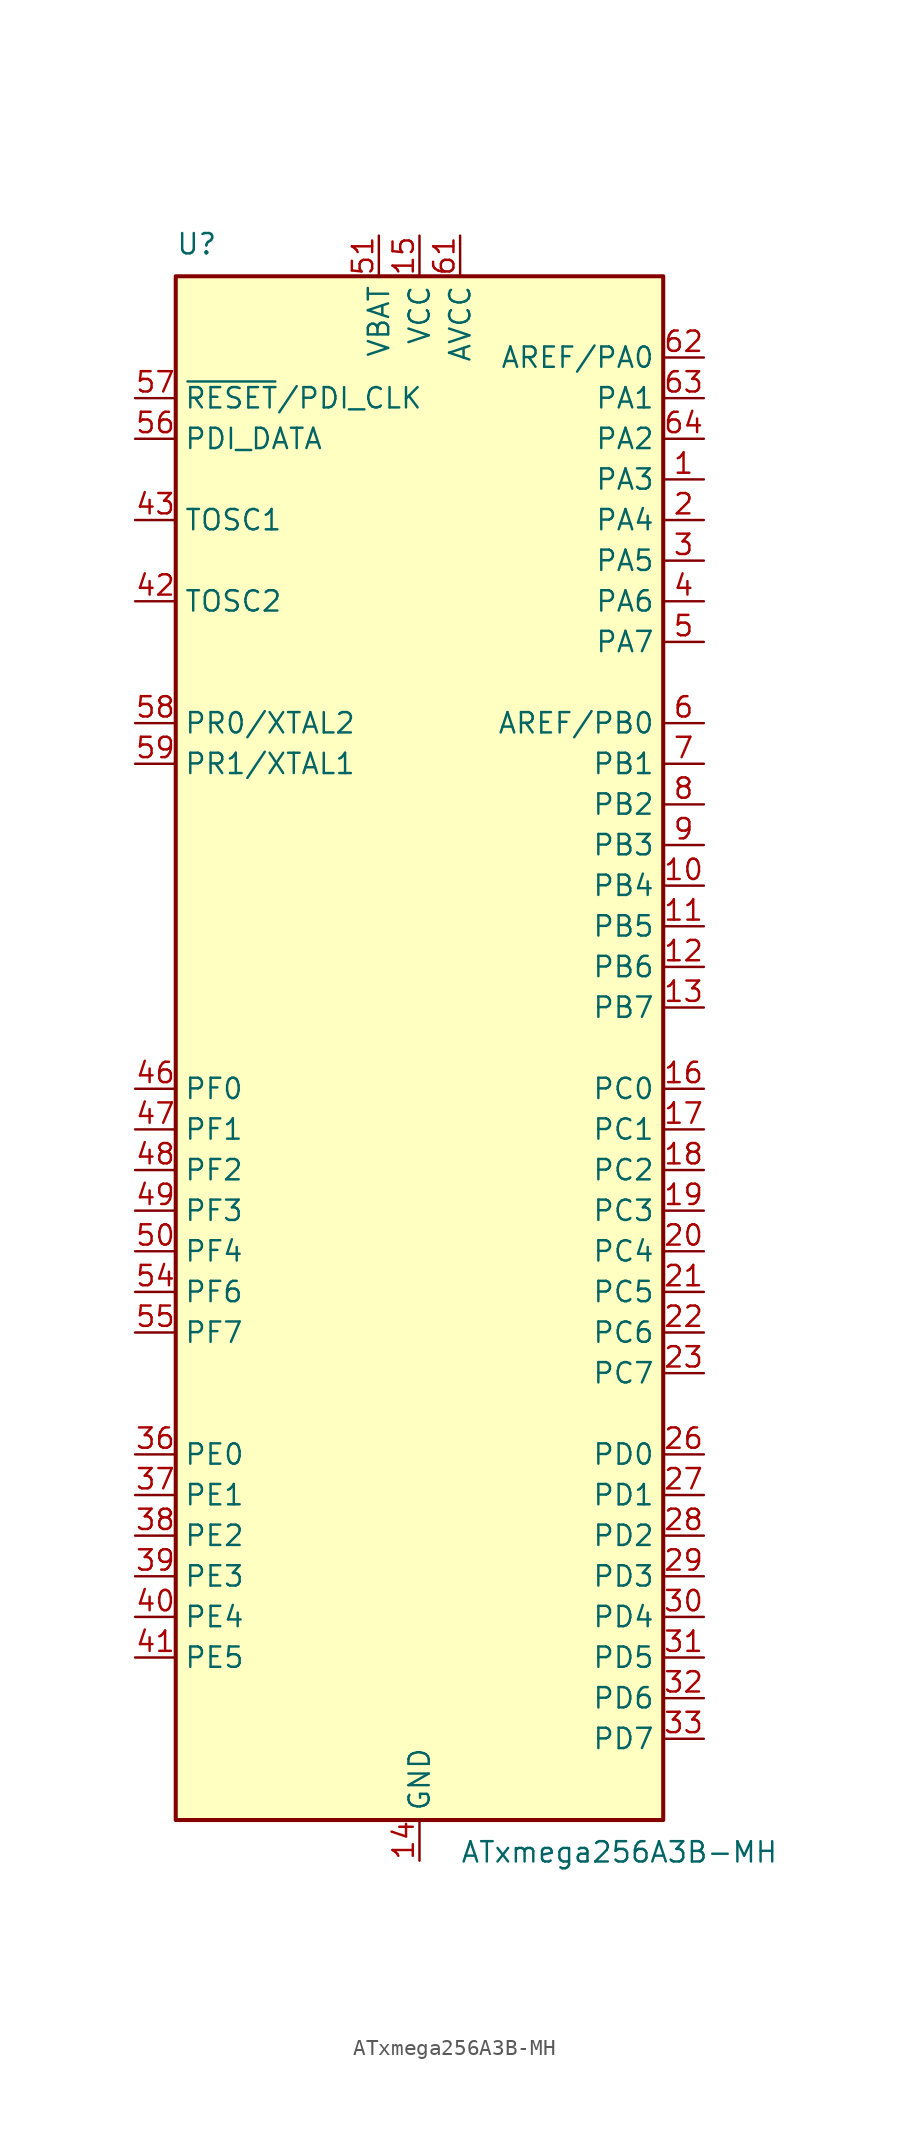
<source format=kicad_sym>
(kicad_symbol_lib
  (version 20201005)
  (generator kicad_symbol_editor)
  (symbol "ATxmega256A3B-MH"
    (property "Reference" "U"
      (at -15.24 49.53 0)
      (effects (font (size 1.27 1.27)) (justify left bottom)))
    (property "Value" "ATxmega256A3B-MH"
      (at 2.54 -49.53 0)
      (effects (font (size 1.27 1.27)) (justify left top)))
    (symbol "ATxmega256A3B-MH_0_1"
      (rectangle (start -15.24 -48.26) (end 15.24 48.26) (stroke (width 0.254)) (fill (type background))))
    (symbol "ATxmega256A3B-MH_1_1"
      (pin tri_state line (at 17.78 35.56 180) (length 2.54) (name "PA3" (effects (font (size 1.27 1.27)))) (number "1" (effects (font (size 1.27 1.27)))))
      (pin tri_state line (at 17.78 10.16 180) (length 2.54) (name "PB4" (effects (font (size 1.27 1.27)))) (number "10" (effects (font (size 1.27 1.27)))))
      (pin tri_state line (at 17.78 7.62 180) (length 2.54) (name "PB5" (effects (font (size 1.27 1.27)))) (number "11" (effects (font (size 1.27 1.27)))))
      (pin tri_state line (at 17.78 5.08 180) (length 2.54) (name "PB6" (effects (font (size 1.27 1.27)))) (number "12" (effects (font (size 1.27 1.27)))))
      (pin tri_state line (at 17.78 2.54 180) (length 2.54) (name "PB7" (effects (font (size 1.27 1.27)))) (number "13" (effects (font (size 1.27 1.27)))))
      (pin power_in line (at 0 -50.8 90) (length 2.54) (name "GND" (effects (font (size 1.27 1.27)))) (number "14" (effects (font (size 1.27 1.27)))))
      (pin power_in line (at 0 50.8 270) (length 2.54) (name "VCC" (effects (font (size 1.27 1.27)))) (number "15" (effects (font (size 1.27 1.27)))))
      (pin tri_state line (at 17.78 -2.54 180) (length 2.54) (name "PC0" (effects (font (size 1.27 1.27)))) (number "16" (effects (font (size 1.27 1.27)))))
      (pin tri_state line (at 17.78 -5.08 180) (length 2.54) (name "PC1" (effects (font (size 1.27 1.27)))) (number "17" (effects (font (size 1.27 1.27)))))
      (pin tri_state line (at 17.78 -7.62 180) (length 2.54) (name "PC2" (effects (font (size 1.27 1.27)))) (number "18" (effects (font (size 1.27 1.27)))))
      (pin tri_state line (at 17.78 -10.16 180) (length 2.54) (name "PC3" (effects (font (size 1.27 1.27)))) (number "19" (effects (font (size 1.27 1.27)))))
      (pin tri_state line (at 17.78 33.02 180) (length 2.54) (name "PA4" (effects (font (size 1.27 1.27)))) (number "2" (effects (font (size 1.27 1.27)))))
      (pin tri_state line (at 17.78 -12.7 180) (length 2.54) (name "PC4" (effects (font (size 1.27 1.27)))) (number "20" (effects (font (size 1.27 1.27)))))
      (pin tri_state line (at 17.78 -15.24 180) (length 2.54) (name "PC5" (effects (font (size 1.27 1.27)))) (number "21" (effects (font (size 1.27 1.27)))))
      (pin tri_state line (at 17.78 -17.78 180) (length 2.54) (name "PC6" (effects (font (size 1.27 1.27)))) (number "22" (effects (font (size 1.27 1.27)))))
      (pin tri_state line (at 17.78 -20.32 180) (length 2.54) (name "PC7" (effects (font (size 1.27 1.27)))) (number "23" (effects (font (size 1.27 1.27)))))
      (pin passive line (at 0 -50.8 90) (length 2.54) hide (name "GND" (effects (font (size 1.27 1.27)))) (number "24" (effects (font (size 1.27 1.27)))))
      (pin passive line (at 0 50.8 270) (length 2.54) hide (name "VCC" (effects (font (size 1.27 1.27)))) (number "25" (effects (font (size 1.27 1.27)))))
      (pin tri_state line (at 17.78 -25.4 180) (length 2.54) (name "PD0" (effects (font (size 1.27 1.27)))) (number "26" (effects (font (size 1.27 1.27)))))
      (pin tri_state line (at 17.78 -27.94 180) (length 2.54) (name "PD1" (effects (font (size 1.27 1.27)))) (number "27" (effects (font (size 1.27 1.27)))))
      (pin tri_state line (at 17.78 -30.48 180) (length 2.54) (name "PD2" (effects (font (size 1.27 1.27)))) (number "28" (effects (font (size 1.27 1.27)))))
      (pin tri_state line (at 17.78 -33.02 180) (length 2.54) (name "PD3" (effects (font (size 1.27 1.27)))) (number "29" (effects (font (size 1.27 1.27)))))
      (pin tri_state line (at 17.78 30.48 180) (length 2.54) (name "PA5" (effects (font (size 1.27 1.27)))) (number "3" (effects (font (size 1.27 1.27)))))
      (pin tri_state line (at 17.78 -35.56 180) (length 2.54) (name "PD4" (effects (font (size 1.27 1.27)))) (number "30" (effects (font (size 1.27 1.27)))))
      (pin tri_state line (at 17.78 -38.1 180) (length 2.54) (name "PD5" (effects (font (size 1.27 1.27)))) (number "31" (effects (font (size 1.27 1.27)))))
      (pin tri_state line (at 17.78 -40.64 180) (length 2.54) (name "PD6" (effects (font (size 1.27 1.27)))) (number "32" (effects (font (size 1.27 1.27)))))
      (pin tri_state line (at 17.78 -43.18 180) (length 2.54) (name "PD7" (effects (font (size 1.27 1.27)))) (number "33" (effects (font (size 1.27 1.27)))))
      (pin passive line (at 0 -50.8 90) (length 2.54) hide (name "GND" (effects (font (size 1.27 1.27)))) (number "34" (effects (font (size 1.27 1.27)))))
      (pin passive line (at 0 50.8 270) (length 2.54) hide (name "VCC" (effects (font (size 1.27 1.27)))) (number "35" (effects (font (size 1.27 1.27)))))
      (pin tri_state line (at -17.78 -25.4 0) (length 2.54) (name "PE0" (effects (font (size 1.27 1.27)))) (number "36" (effects (font (size 1.27 1.27)))))
      (pin tri_state line (at -17.78 -27.94 0) (length 2.54) (name "PE1" (effects (font (size 1.27 1.27)))) (number "37" (effects (font (size 1.27 1.27)))))
      (pin tri_state line (at -17.78 -30.48 0) (length 2.54) (name "PE2" (effects (font (size 1.27 1.27)))) (number "38" (effects (font (size 1.27 1.27)))))
      (pin tri_state line (at -17.78 -33.02 0) (length 2.54) (name "PE3" (effects (font (size 1.27 1.27)))) (number "39" (effects (font (size 1.27 1.27)))))
      (pin tri_state line (at 17.78 27.94 180) (length 2.54) (name "PA6" (effects (font (size 1.27 1.27)))) (number "4" (effects (font (size 1.27 1.27)))))
      (pin tri_state line (at -17.78 -35.56 0) (length 2.54) (name "PE4" (effects (font (size 1.27 1.27)))) (number "40" (effects (font (size 1.27 1.27)))))
      (pin tri_state line (at -17.78 -38.1 0) (length 2.54) (name "PE5" (effects (font (size 1.27 1.27)))) (number "41" (effects (font (size 1.27 1.27)))))
      (pin passive line (at -17.78 27.94 0) (length 2.54) (name "TOSC2" (effects (font (size 1.27 1.27)))) (number "42" (effects (font (size 1.27 1.27)))))
      (pin input line (at -17.78 33.02 0) (length 2.54) (name "TOSC1" (effects (font (size 1.27 1.27)))) (number "43" (effects (font (size 1.27 1.27)))))
      (pin passive line (at 0 -50.8 90) (length 2.54) hide (name "GND" (effects (font (size 1.27 1.27)))) (number "44" (effects (font (size 1.27 1.27)))))
      (pin passive line (at 0 50.8 270) (length 2.54) hide (name "VCC" (effects (font (size 1.27 1.27)))) (number "45" (effects (font (size 1.27 1.27)))))
      (pin tri_state line (at -17.78 -2.54 0) (length 2.54) (name "PF0" (effects (font (size 1.27 1.27)))) (number "46" (effects (font (size 1.27 1.27)))))
      (pin tri_state line (at -17.78 -5.08 0) (length 2.54) (name "PF1" (effects (font (size 1.27 1.27)))) (number "47" (effects (font (size 1.27 1.27)))))
      (pin tri_state line (at -17.78 -7.62 0) (length 2.54) (name "PF2" (effects (font (size 1.27 1.27)))) (number "48" (effects (font (size 1.27 1.27)))))
      (pin tri_state line (at -17.78 -10.16 0) (length 2.54) (name "PF3" (effects (font (size 1.27 1.27)))) (number "49" (effects (font (size 1.27 1.27)))))
      (pin tri_state line (at 17.78 25.4 180) (length 2.54) (name "PA7" (effects (font (size 1.27 1.27)))) (number "5" (effects (font (size 1.27 1.27)))))
      (pin tri_state line (at -17.78 -12.7 0) (length 2.54) (name "PF4" (effects (font (size 1.27 1.27)))) (number "50" (effects (font (size 1.27 1.27)))))
      (pin power_in line (at -2.54 50.8 270) (length 2.54) (name "VBAT" (effects (font (size 1.27 1.27)))) (number "51" (effects (font (size 1.27 1.27)))))
      (pin passive line (at 0 -50.8 90) (length 2.54) hide (name "GND" (effects (font (size 1.27 1.27)))) (number "52" (effects (font (size 1.27 1.27)))))
      (pin passive line (at 0 50.8 270) (length 2.54) hide (name "VCC" (effects (font (size 1.27 1.27)))) (number "53" (effects (font (size 1.27 1.27)))))
      (pin tri_state line (at -17.78 -15.24 0) (length 2.54) (name "PF6" (effects (font (size 1.27 1.27)))) (number "54" (effects (font (size 1.27 1.27)))))
      (pin tri_state line (at -17.78 -17.78 0) (length 2.54) (name "PF7" (effects (font (size 1.27 1.27)))) (number "55" (effects (font (size 1.27 1.27)))))
      (pin bidirectional line (at -17.78 38.1 0) (length 2.54) (name "PDI_DATA" (effects (font (size 1.27 1.27)))) (number "56" (effects (font (size 1.27 1.27)))))
      (pin input line (at -17.78 40.64 0) (length 2.54) (name "~RESET~/PDI_CLK" (effects (font (size 1.27 1.27)))) (number "57" (effects (font (size 1.27 1.27)))))
      (pin tri_state line (at -17.78 20.32 0) (length 2.54) (name "PR0/XTAL2" (effects (font (size 1.27 1.27)))) (number "58" (effects (font (size 1.27 1.27)))))
      (pin tri_state line (at -17.78 17.78 0) (length 2.54) (name "PR1/XTAL1" (effects (font (size 1.27 1.27)))) (number "59" (effects (font (size 1.27 1.27)))))
      (pin tri_state line (at 17.78 20.32 180) (length 2.54) (name "AREF/PB0" (effects (font (size 1.27 1.27)))) (number "6" (effects (font (size 1.27 1.27)))))
      (pin passive line (at 0 -50.8 90) (length 2.54) hide (name "GND" (effects (font (size 1.27 1.27)))) (number "60" (effects (font (size 1.27 1.27)))))
      (pin power_in line (at 2.54 50.8 270) (length 2.54) (name "AVCC" (effects (font (size 1.27 1.27)))) (number "61" (effects (font (size 1.27 1.27)))))
      (pin tri_state line (at 17.78 43.18 180) (length 2.54) (name "AREF/PA0" (effects (font (size 1.27 1.27)))) (number "62" (effects (font (size 1.27 1.27)))))
      (pin tri_state line (at 17.78 40.64 180) (length 2.54) (name "PA1" (effects (font (size 1.27 1.27)))) (number "63" (effects (font (size 1.27 1.27)))))
      (pin tri_state line (at 17.78 38.1 180) (length 2.54) (name "PA2" (effects (font (size 1.27 1.27)))) (number "64" (effects (font (size 1.27 1.27)))))
      (pin passive line (at 0 -50.8 90) (length 2.54) hide (name "GND" (effects (font (size 1.27 1.27)))) (number "65" (effects (font (size 1.27 1.27)))))
      (pin tri_state line (at 17.78 17.78 180) (length 2.54) (name "PB1" (effects (font (size 1.27 1.27)))) (number "7" (effects (font (size 1.27 1.27)))))
      (pin tri_state line (at 17.78 15.24 180) (length 2.54) (name "PB2" (effects (font (size 1.27 1.27)))) (number "8" (effects (font (size 1.27 1.27)))))
      (pin tri_state line (at 17.78 12.7 180) (length 2.54) (name "PB3" (effects (font (size 1.27 1.27)))) (number "9" (effects (font (size 1.27 1.27))))))))
</source>
